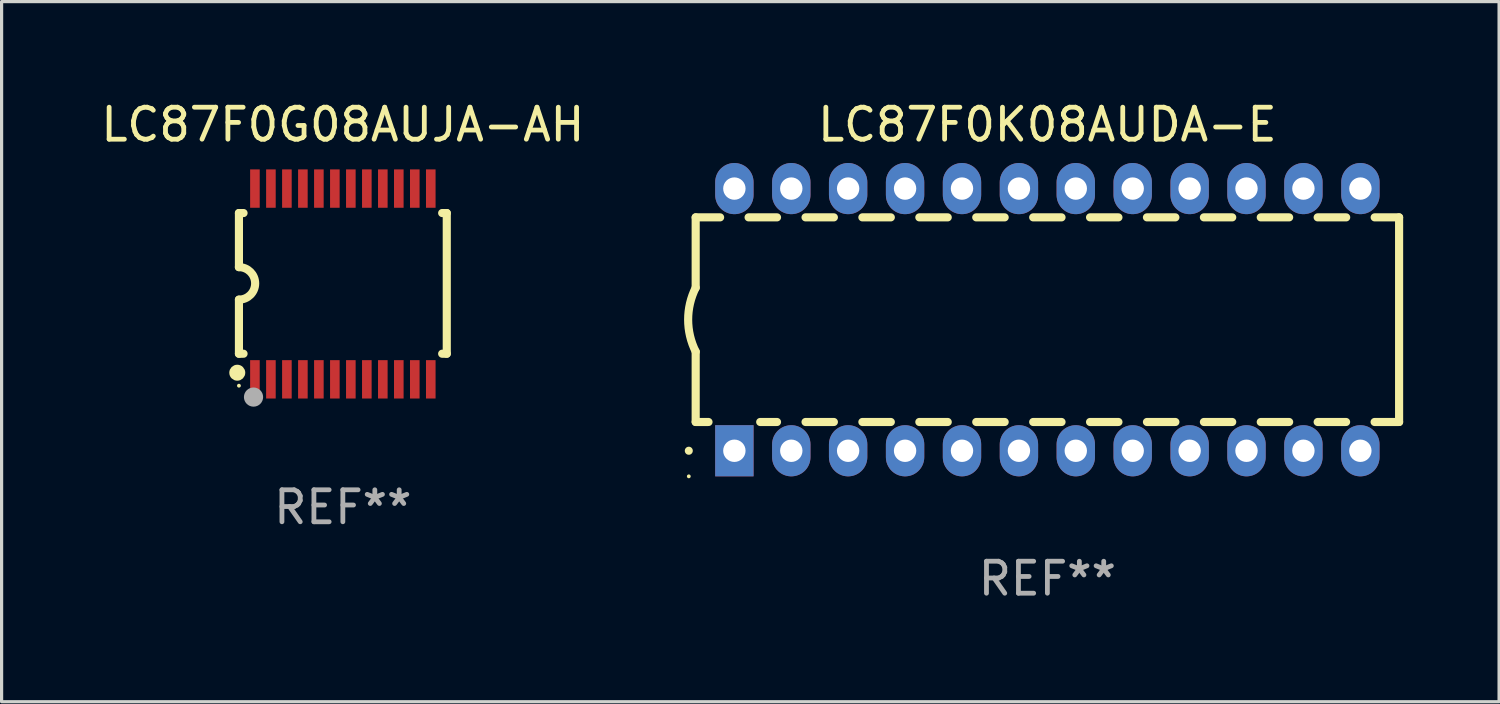
<source format=kicad_pcb>
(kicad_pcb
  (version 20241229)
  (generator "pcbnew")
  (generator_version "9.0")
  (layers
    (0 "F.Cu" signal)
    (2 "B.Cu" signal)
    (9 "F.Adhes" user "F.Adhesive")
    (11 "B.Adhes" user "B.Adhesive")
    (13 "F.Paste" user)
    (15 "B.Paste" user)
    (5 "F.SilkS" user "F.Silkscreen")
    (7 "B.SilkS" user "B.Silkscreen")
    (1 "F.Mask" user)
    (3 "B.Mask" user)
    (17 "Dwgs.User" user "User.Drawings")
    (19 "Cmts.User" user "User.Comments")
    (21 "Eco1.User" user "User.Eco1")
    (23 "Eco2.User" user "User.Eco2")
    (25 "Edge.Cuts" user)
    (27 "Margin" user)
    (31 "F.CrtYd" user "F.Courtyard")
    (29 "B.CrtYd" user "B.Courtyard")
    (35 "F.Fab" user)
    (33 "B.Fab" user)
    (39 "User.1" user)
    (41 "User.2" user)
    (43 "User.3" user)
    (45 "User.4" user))
  (footprint "LC87F0G08AUJA-AH"
    (layer "F.Cu")
    (at 7.673 5.831)
    (property "Reference" "LC87F0G08AUJA-AH" (at 0 -4.983 0) (layer "F.SilkS") (effects (font (size 1 1) (thickness 0.15))))
    (attr through_hole)
    (fp_line (start -3.25 -2.218) (end -3.25 -0.526) (stroke (width 0.254) (type solid)) (layer "F.SilkS"))
    (fp_line (start -3.25 -2.218) (end -3.106 -2.218) (stroke (width 0.254) (type solid)) (layer "F.SilkS"))
    (fp_line (start -3.25 2.182) (end -3.25 0.49) (stroke (width 0.254) (type solid)) (layer "F.SilkS"))
    (fp_line (start -3.106 2.182) (end -3.25 2.182) (stroke (width 0.254) (type solid)) (layer "F.SilkS"))
    (fp_line (start 3.106 -2.218) (end 3.25 -2.218) (stroke (width 0.254) (type solid)) (layer "F.SilkS"))
    (fp_line (start 3.25 -2.218) (end 3.25 2.182) (stroke (width 0.254) (type solid)) (layer "F.SilkS"))
    (fp_line (start 3.25 2.182) (end 3.106 2.182) (stroke (width 0.254) (type solid)) (layer "F.SilkS"))
    (fp_arc (start -3.251206 -0.52578) (mid -2.743206 -0.018375) (end -3.250013 0.490221) (stroke (width 0.254001) (type solid)) (layer "F.SilkS"))
    (fp_circle (center -3.302 2.776) (end -3.177 2.776) (stroke (width 0.25) (type solid)) (fill no) (layer "F.SilkS"))
    (fp_circle (center -3.25 3.182) (end -3.22 3.182) (stroke (width 0.06) (type solid)) (fill no) (layer "F.SilkS"))
    (fp_circle (center -2.794 3.538) (end -2.644 3.538) (stroke (width 0.3) (type solid)) (fill no) (layer "F.Fab"))
    (fp_text user "REF**" (at 0 6.983 0) (layer "F.Fab") (effects (font (size 1 1) (thickness 0.15))))
    (pad "1" smd rect (at -2.75 2.983) (size 0.3 1.2) (layers "F.Cu" "F.Mask" "F.Paste"))
    (pad "2" smd rect (at -2.25 2.983) (size 0.3 1.2) (layers "F.Cu" "F.Mask" "F.Paste"))
    (pad "3" smd rect (at -1.75 2.983) (size 0.3 1.2) (layers "F.Cu" "F.Mask" "F.Paste"))
    (pad "4" smd rect (at -1.25 2.983) (size 0.3 1.2) (layers "F.Cu" "F.Mask" "F.Paste"))
    (pad "5" smd rect (at -0.75 2.983) (size 0.3 1.2) (layers "F.Cu" "F.Mask" "F.Paste"))
    (pad "6" smd rect (at -0.25 2.983) (size 0.3 1.2) (layers "F.Cu" "F.Mask" "F.Paste"))
    (pad "7" smd rect (at 0.25 2.983) (size 0.3 1.2) (layers "F.Cu" "F.Mask" "F.Paste"))
    (pad "8" smd rect (at 0.75 2.983) (size 0.3 1.2) (layers "F.Cu" "F.Mask" "F.Paste"))
    (pad "9" smd rect (at 1.25 2.983) (size 0.3 1.2) (layers "F.Cu" "F.Mask" "F.Paste"))
    (pad "10" smd rect (at 1.75 2.983) (size 0.3 1.2) (layers "F.Cu" "F.Mask" "F.Paste"))
    (pad "11" smd rect (at 2.25 2.983) (size 0.3 1.2) (layers "F.Cu" "F.Mask" "F.Paste"))
    (pad "12" smd rect (at 2.75 2.983) (size 0.3 1.2) (layers "F.Cu" "F.Mask" "F.Paste"))
    (pad "13" smd rect (at 2.75 -2.983) (size 0.3 1.2) (layers "F.Cu" "F.Mask" "F.Paste"))
    (pad "14" smd rect (at 2.25 -2.983) (size 0.3 1.2) (layers "F.Cu" "F.Mask" "F.Paste"))
    (pad "15" smd rect (at 1.75 -2.983) (size 0.3 1.2) (layers "F.Cu" "F.Mask" "F.Paste"))
    (pad "16" smd rect (at 1.25 -2.983) (size 0.3 1.2) (layers "F.Cu" "F.Mask" "F.Paste"))
    (pad "17" smd rect (at 0.75 -2.983) (size 0.3 1.2) (layers "F.Cu" "F.Mask" "F.Paste"))
    (pad "18" smd rect (at 0.25 -2.983) (size 0.3 1.2) (layers "F.Cu" "F.Mask" "F.Paste"))
    (pad "19" smd rect (at -0.25 -2.983) (size 0.3 1.2) (layers "F.Cu" "F.Mask" "F.Paste"))
    (pad "20" smd rect (at -0.75 -2.983) (size 0.3 1.2) (layers "F.Cu" "F.Mask" "F.Paste"))
    (pad "21" smd rect (at -1.25 -2.983) (size 0.3 1.2) (layers "F.Cu" "F.Mask" "F.Paste"))
    (pad "22" smd rect (at -1.75 -2.983) (size 0.3 1.2) (layers "F.Cu" "F.Mask" "F.Paste"))
    (pad "23" smd rect (at -2.25 -2.983) (size 0.3 1.2) (layers "F.Cu" "F.Mask" "F.Paste"))
    (pad "24" smd rect (at -2.75 -2.983) (size 0.3 1.2) (layers "F.Cu" "F.Mask" "F.Paste")))
  (footprint "LC87F0K08AUDA-E"
    (layer "F.Cu")
    (at 29.708 6.948)
    (property "Reference" "LC87F0K08AUDA-E" (at 0 -6.1 0) (layer "F.SilkS") (effects (font (size 1 1) (thickness 0.15))))
    (attr through_hole)
    (fp_line (start -11 -3.2) (end -11 -1) (stroke (width 0.254) (type solid)) (layer "F.SilkS"))
    (fp_line (start -11 -3.2) (end -10.236 -3.2) (stroke (width 0.254) (type solid)) (layer "F.SilkS"))
    (fp_line (start -11 3.2) (end -11 1) (stroke (width 0.254) (type solid)) (layer "F.SilkS"))
    (fp_line (start -11 3.2) (end -10.599 3.2) (stroke (width 0.254) (type solid)) (layer "F.SilkS"))
    (fp_line (start -9.345 -3.2) (end -8.456 -3.2) (stroke (width 0.254) (type solid)) (layer "F.SilkS"))
    (fp_line (start -8.982 3.2) (end -8.456 3.2) (stroke (width 0.254) (type solid)) (layer "F.SilkS"))
    (fp_line (start -7.564 -3.2) (end -6.678 -3.2) (stroke (width 0.254) (type solid)) (layer "F.SilkS"))
    (fp_line (start -7.564 3.2) (end -6.678 3.2) (stroke (width 0.254) (type solid)) (layer "F.SilkS"))
    (fp_line (start -5.786 -3.2) (end -4.897 -3.2) (stroke (width 0.254) (type solid)) (layer "F.SilkS"))
    (fp_line (start -5.786 3.2) (end -4.897 3.2) (stroke (width 0.254) (type solid)) (layer "F.SilkS"))
    (fp_line (start -4.005 -3.2) (end -3.117 -3.2) (stroke (width 0.254) (type solid)) (layer "F.SilkS"))
    (fp_line (start -4.005 3.2) (end -3.117 3.2) (stroke (width 0.254) (type solid)) (layer "F.SilkS"))
    (fp_line (start -2.225 -3.2) (end -1.336 -3.2) (stroke (width 0.254) (type solid)) (layer "F.SilkS"))
    (fp_line (start -2.225 3.2) (end -1.336 3.2) (stroke (width 0.254) (type solid)) (layer "F.SilkS"))
    (fp_line (start -0.444 -3.2) (end 0.442 -3.2) (stroke (width 0.254) (type solid)) (layer "F.SilkS"))
    (fp_line (start -0.444 3.2) (end 0.442 3.2) (stroke (width 0.254) (type solid)) (layer "F.SilkS"))
    (fp_line (start 1.334 -3.2) (end 2.222 -3.2) (stroke (width 0.254) (type solid)) (layer "F.SilkS"))
    (fp_line (start 1.334 3.2) (end 2.222 3.2) (stroke (width 0.254) (type solid)) (layer "F.SilkS"))
    (fp_line (start 3.114 -3.2) (end 4.003 -3.2) (stroke (width 0.254) (type solid)) (layer "F.SilkS"))
    (fp_line (start 3.114 3.2) (end 4.003 3.2) (stroke (width 0.254) (type solid)) (layer "F.SilkS"))
    (fp_line (start 4.895 -3.2) (end 5.781 -3.2) (stroke (width 0.254) (type solid)) (layer "F.SilkS"))
    (fp_line (start 4.895 3.2) (end 5.781 3.2) (stroke (width 0.254) (type solid)) (layer "F.SilkS"))
    (fp_line (start 6.673 -3.2) (end 7.561 -3.2) (stroke (width 0.254) (type solid)) (layer "F.SilkS"))
    (fp_line (start 6.673 3.2) (end 7.561 3.2) (stroke (width 0.254) (type solid)) (layer "F.SilkS"))
    (fp_line (start 8.453 -3.2) (end 9.345 -3.2) (stroke (width 0.254) (type solid)) (layer "F.SilkS"))
    (fp_line (start 8.453 3.2) (end 9.342 3.2) (stroke (width 0.254) (type solid)) (layer "F.SilkS"))
    (fp_line (start 10.234 3.2) (end 11 3.2) (stroke (width 0.254) (type solid)) (layer "F.SilkS"))
    (fp_line (start 10.236 -3.2) (end 11 -3.2) (stroke (width 0.254) (type solid)) (layer "F.SilkS"))
    (fp_line (start 11 -3.2) (end 11 3.2) (stroke (width 0.254) (type solid)) (layer "F.SilkS"))
    (fp_arc (start -11.215392 4.100838) (mid -11.215399 4.099568) (end -11.215392 4.098298) (stroke (width 0.25) (type solid)) (layer "F.SilkS"))
    (fp_arc (start -10.999238 0.999746) (mid -11.235545 -0.000034) (end -11.000025 -1) (stroke (width 0.254001) (type solid)) (layer "F.SilkS"))
    (fp_circle (center -11.215 4.9) (end -11.185 4.9) (stroke (width 0.06) (type solid)) (fill no) (layer "F.SilkS"))
    (fp_text user "REF**" (at 0 8.1 0) (layer "F.Fab") (effects (font (size 1 1) (thickness 0.15))))
    (pad "1" thru_hole rect (at -9.79 4.1 90) (size 1.6 1.2) (drill 0.7) (layers "*.Cu" "*.Mask"))
    (pad "2" thru_hole oval (at -8.01 4.1 90) (size 1.6 1.2) (drill 0.7) (layers "*.Cu" "*.Mask"))
    (pad "3" thru_hole oval (at -6.232 4.1 90) (size 1.6 1.2) (drill 0.7) (layers "*.Cu" "*.Mask"))
    (pad "4" thru_hole oval (at -4.451 4.1 90) (size 1.6 1.2) (drill 0.7) (layers "*.Cu" "*.Mask"))
    (pad "5" thru_hole oval (at -2.671 4.1 90) (size 1.6 1.2) (drill 0.7) (layers "*.Cu" "*.Mask"))
    (pad "6" thru_hole oval (at -0.89 4.1 90) (size 1.6 1.2) (drill 0.7) (layers "*.Cu" "*.Mask"))
    (pad "7" thru_hole oval (at 0.888 4.1 90) (size 1.6 1.2) (drill 0.7) (layers "*.Cu" "*.Mask"))
    (pad "8" thru_hole oval (at 2.668 4.1 90) (size 1.6 1.2) (drill 0.7) (layers "*.Cu" "*.Mask"))
    (pad "9" thru_hole oval (at 4.449 4.1 90) (size 1.6 1.2) (drill 0.7) (layers "*.Cu" "*.Mask"))
    (pad "10" thru_hole oval (at 6.227 4.1 90) (size 1.6 1.2) (drill 0.7) (layers "*.Cu" "*.Mask"))
    (pad "11" thru_hole oval (at 8.007 4.1 90) (size 1.6 1.2) (drill 0.7) (layers "*.Cu" "*.Mask"))
    (pad "12" thru_hole oval (at 9.788 4.1 90) (size 1.6 1.2) (drill 0.7) (layers "*.Cu" "*.Mask"))
    (pad "13" thru_hole oval (at 9.79 -4.1 90) (size 1.6 1.2) (drill 0.7) (layers "*.Cu" "*.Mask"))
    (pad "14" thru_hole oval (at 8.007 -4.1 90) (size 1.6 1.2) (drill 0.7) (layers "*.Cu" "*.Mask"))
    (pad "15" thru_hole oval (at 6.227 -4.1 90) (size 1.6 1.2) (drill 0.7) (layers "*.Cu" "*.Mask"))
    (pad "16" thru_hole oval (at 4.449 -4.1 90) (size 1.6 1.2) (drill 0.7) (layers "*.Cu" "*.Mask"))
    (pad "17" thru_hole oval (at 2.668 -4.1 90) (size 1.6 1.2) (drill 0.7) (layers "*.Cu" "*.Mask"))
    (pad "18" thru_hole oval (at 0.888 -4.1 90) (size 1.6 1.2) (drill 0.7) (layers "*.Cu" "*.Mask"))
    (pad "19" thru_hole oval (at -0.89 -4.1 90) (size 1.6 1.2) (drill 0.7) (layers "*.Cu" "*.Mask"))
    (pad "20" thru_hole oval (at -2.671 -4.1 90) (size 1.6 1.2) (drill 0.7) (layers "*.Cu" "*.Mask"))
    (pad "21" thru_hole oval (at -4.451 -4.1 90) (size 1.6 1.2) (drill 0.7) (layers "*.Cu" "*.Mask"))
    (pad "22" thru_hole oval (at -6.232 -4.1 90) (size 1.6 1.2) (drill 0.7) (layers "*.Cu" "*.Mask"))
    (pad "23" thru_hole oval (at -8.01 -4.1 90) (size 1.6 1.2) (drill 0.7) (layers "*.Cu" "*.Mask"))
    (pad "24" thru_hole oval (at -9.79 -4.1 90) (size 1.6 1.2) (drill 0.7) (layers "*.Cu" "*.Mask")))
  (gr_rect
    (start -3 -3)
    (end 43.835 18.897)
    (stroke (width 0.1) (type default))
    (fill no)
    (layer "Edge.Cuts")))
</source>
